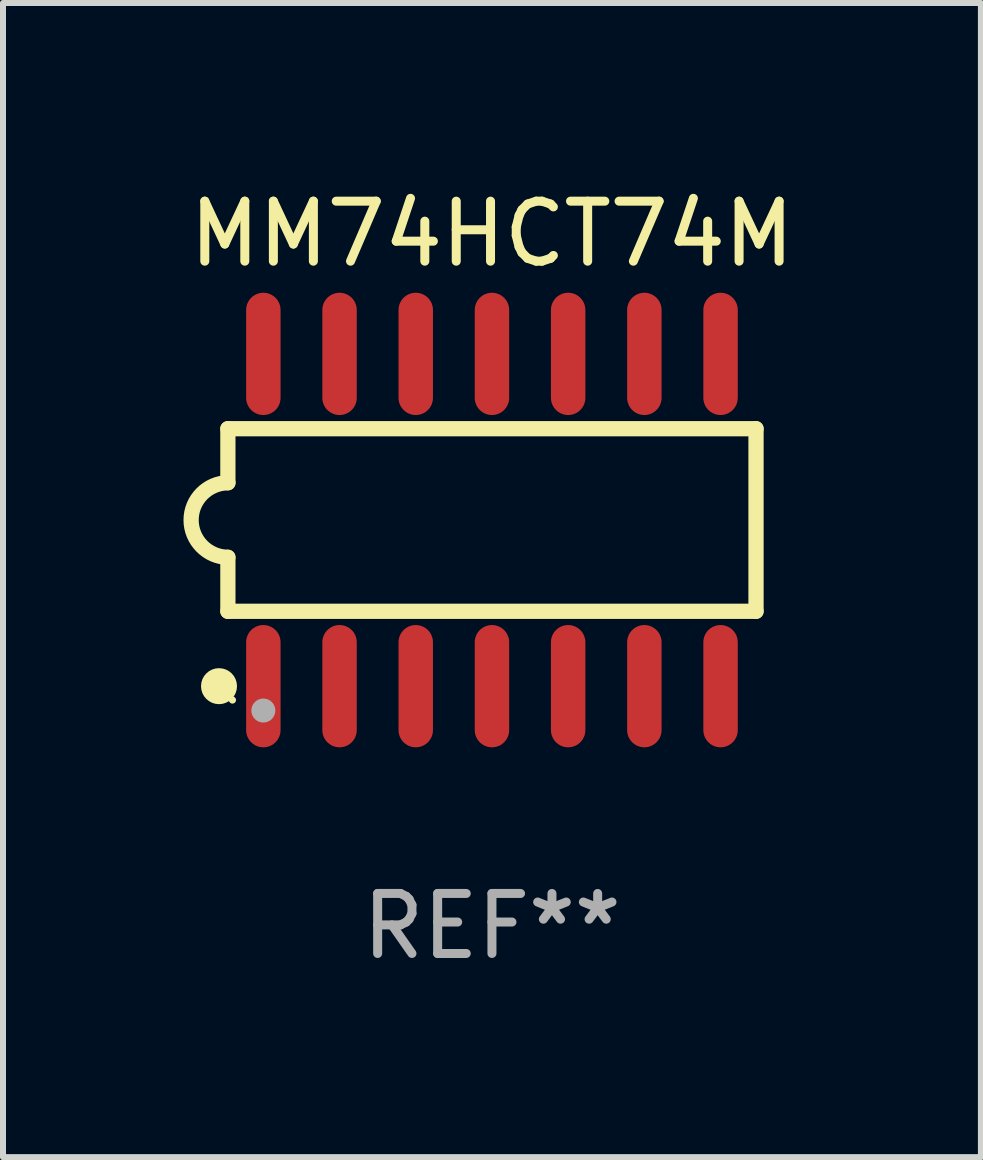
<source format=kicad_pcb>
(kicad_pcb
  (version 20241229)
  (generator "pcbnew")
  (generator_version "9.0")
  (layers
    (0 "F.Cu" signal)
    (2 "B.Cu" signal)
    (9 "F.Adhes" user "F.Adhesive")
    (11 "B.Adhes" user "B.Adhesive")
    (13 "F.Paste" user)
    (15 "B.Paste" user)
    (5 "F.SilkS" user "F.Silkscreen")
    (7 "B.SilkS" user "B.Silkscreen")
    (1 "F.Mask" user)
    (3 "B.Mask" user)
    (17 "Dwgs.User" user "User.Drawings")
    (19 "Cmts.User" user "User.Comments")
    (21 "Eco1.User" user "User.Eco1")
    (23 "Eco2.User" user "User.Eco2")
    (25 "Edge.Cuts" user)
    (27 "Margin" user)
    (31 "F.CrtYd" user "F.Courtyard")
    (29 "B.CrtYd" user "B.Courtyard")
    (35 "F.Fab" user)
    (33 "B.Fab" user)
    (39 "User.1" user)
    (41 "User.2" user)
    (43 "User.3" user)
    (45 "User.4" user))
  (footprint "MM74HCT74M"
    (layer "F.Cu")
    (at 5.149 5.617)
    (property "Reference" "MM74HCT74M" (at 0 -4.769 0) (layer "F.SilkS") (effects (font (size 1 1) (thickness 0.15))))
    (attr through_hole)
    (fp_line (start -4.401 -1.522) (end -4.401 -0.622) (stroke (width 0.254) (type solid)) (layer "F.SilkS"))
    (fp_line (start -4.401 -1.522) (end 4.401 -1.522) (stroke (width 0.254) (type solid)) (layer "F.SilkS"))
    (fp_line (start -4.401 1.521) (end -4.401 0.621) (stroke (width 0.254) (type solid)) (layer "F.SilkS"))
    (fp_line (start 4.401 -1.522) (end 4.401 1.521) (stroke (width 0.254) (type solid)) (layer "F.SilkS"))
    (fp_line (start 4.401 1.521) (end -4.401 1.521) (stroke (width 0.254) (type solid)) (layer "F.SilkS"))
    (fp_arc (start -4.401219 0.621311) (mid -5.021261 -0.000419) (end -4.400101 -0.621032) (stroke (width 0.254001) (type solid)) (layer "F.SilkS"))
    (fp_circle (center -4.549 2.769) (end -4.399 2.769) (stroke (width 0.3) (type solid)) (fill no) (layer "F.SilkS"))
    (fp_circle (center -4.325 3) (end -4.295 3) (stroke (width 0.06) (type solid)) (fill no) (layer "F.SilkS"))
    (fp_circle (center -3.81 3.175) (end -3.71 3.175) (stroke (width 0.2) (type solid)) (fill no) (layer "F.Fab"))
    (fp_text user "REF**" (at 0 6.769 0) (layer "F.Fab") (effects (font (size 1 1) (thickness 0.15))))
    (pad "1" smd oval (at -3.81 2.769) (size 0.574 2.038) (layers "F.Cu" "F.Mask" "F.Paste"))
    (pad "2" smd oval (at -2.54 2.769) (size 0.574 2.038) (layers "F.Cu" "F.Mask" "F.Paste"))
    (pad "3" smd oval (at -1.27 2.769) (size 0.574 2.038) (layers "F.Cu" "F.Mask" "F.Paste"))
    (pad "4" smd oval (at -0.000051 2.769) (size 0.574 2.038) (layers "F.Cu" "F.Mask" "F.Paste"))
    (pad "5" smd oval (at 1.27 2.769) (size 0.574 2.038) (layers "F.Cu" "F.Mask" "F.Paste"))
    (pad "6" smd oval (at 2.54 2.769) (size 0.574 2.038) (layers "F.Cu" "F.Mask" "F.Paste"))
    (pad "7" smd oval (at 3.81 2.769) (size 0.574 2.038) (layers "F.Cu" "F.Mask" "F.Paste"))
    (pad "8" smd oval (at 3.81 -2.769) (size 0.574 2.038) (layers "F.Cu" "F.Mask" "F.Paste"))
    (pad "9" smd oval (at 2.54 -2.769) (size 0.574 2.038) (layers "F.Cu" "F.Mask" "F.Paste"))
    (pad "10" smd oval (at 1.27 -2.769) (size 0.574 2.038) (layers "F.Cu" "F.Mask" "F.Paste"))
    (pad "11" smd oval (at -0.000051 -2.769) (size 0.574 2.038) (layers "F.Cu" "F.Mask" "F.Paste"))
    (pad "12" smd oval (at -1.27 -2.769) (size 0.574 2.038) (layers "F.Cu" "F.Mask" "F.Paste"))
    (pad "13" smd oval (at -2.54 -2.769) (size 0.574 2.038) (layers "F.Cu" "F.Mask" "F.Paste"))
    (pad "14" smd oval (at -3.81 -2.769) (size 0.574 2.038) (layers "F.Cu" "F.Mask" "F.Paste")))
  (gr_rect
    (start -3 -3)
    (end 13.298 16.235)
    (stroke (width 0.1) (type default))
    (fill no)
    (layer "Edge.Cuts")))
</source>
